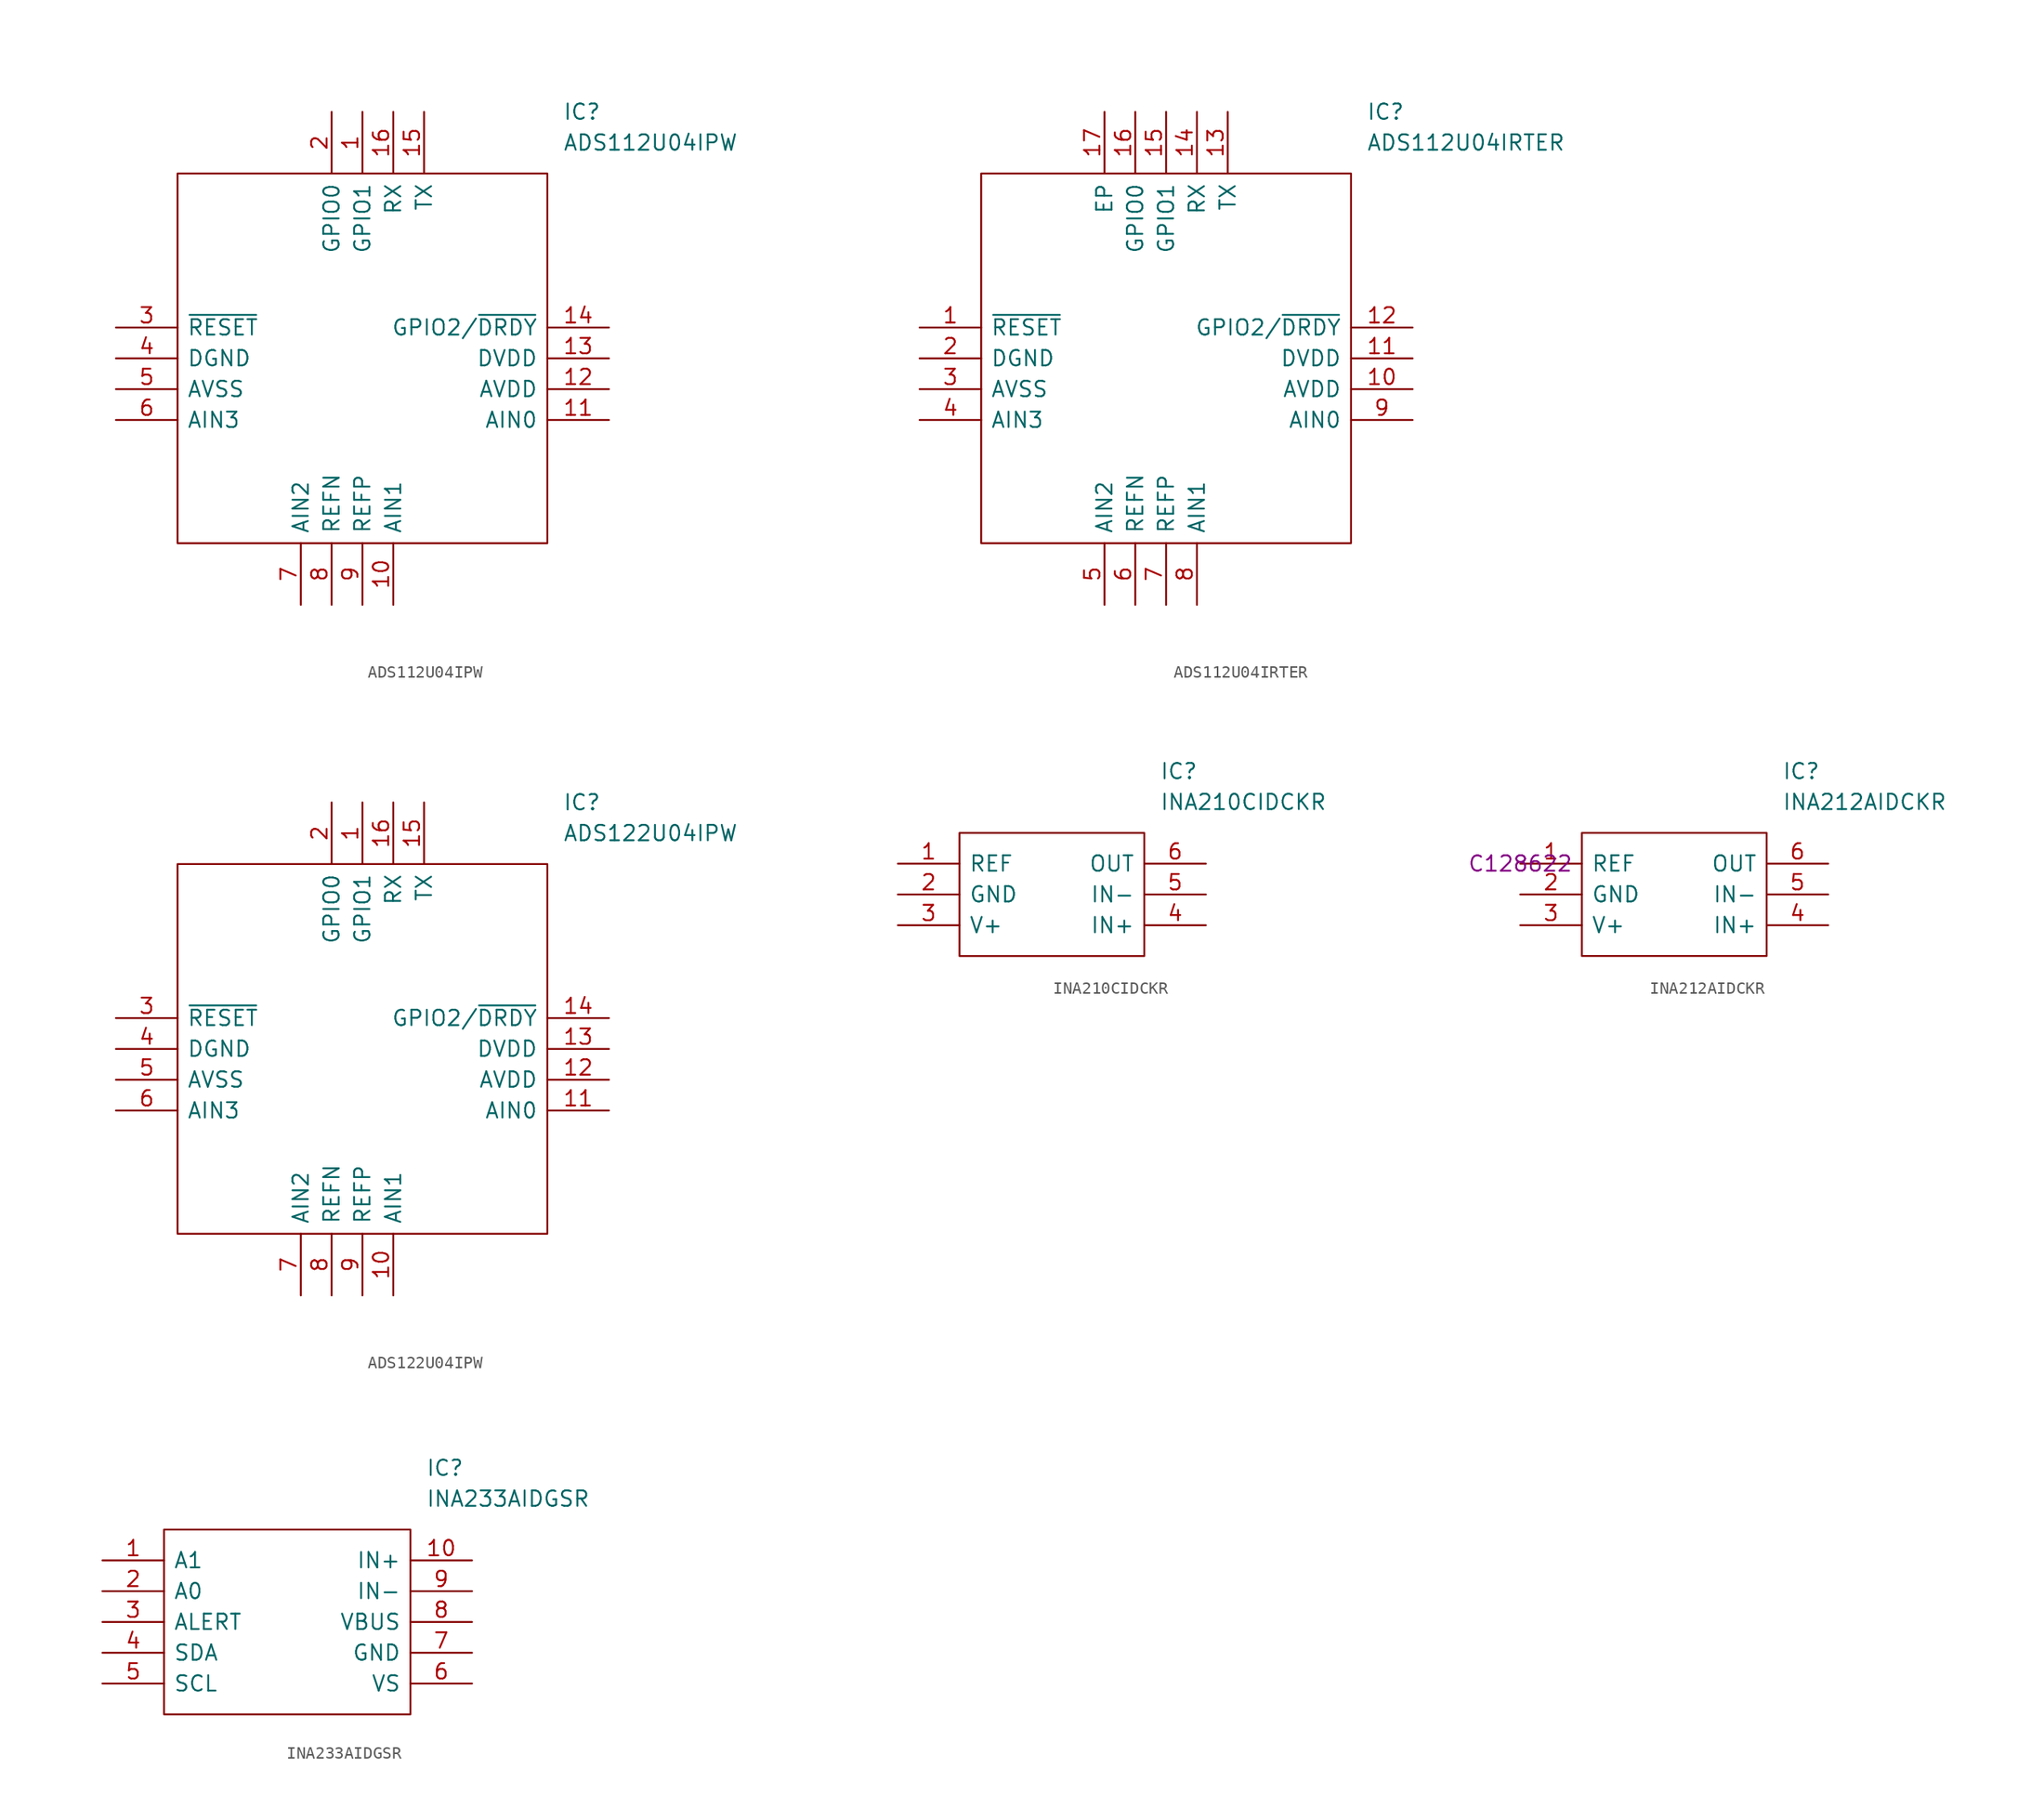
<source format=kicad_sym>
(kicad_symbol_lib
  (version 20241209)
  (generator "kicad_symbol_editor")
  (generator_version "9.0")
  (symbol "ADS112U04IPW"
    (pin_names
      (offset 0.762))
    (property "Reference" "IC"
      (at 36.83 17.78 0)
      (effects (font (size 1.27 1.27)) (justify left)))
    (property "Value" "ADS112U04IPW"
      (at 36.83 15.24 0)
      (effects (font (size 1.27 1.27)) (justify left)))
    (symbol "ADS112U04IPW_0_0"
      (pin passive line (at 0 0 0) (length 5.08) (name "~{RESET}" (effects (font (size 1.27 1.27)))) (number "3" (effects (font (size 1.27 1.27)))))
      (pin passive line (at 0 -2.54 0) (length 5.08) (name "DGND" (effects (font (size 1.27 1.27)))) (number "4" (effects (font (size 1.27 1.27)))))
      (pin passive line (at 0 -5.08 0) (length 5.08) (name "AVSS" (effects (font (size 1.27 1.27)))) (number "5" (effects (font (size 1.27 1.27)))))
      (pin passive line (at 0 -7.62 0) (length 5.08) (name "AIN3" (effects (font (size 1.27 1.27)))) (number "6" (effects (font (size 1.27 1.27)))))
      (pin passive line (at 15.24 -22.86 90) (length 5.08) (name "AIN2" (effects (font (size 1.27 1.27)))) (number "7" (effects (font (size 1.27 1.27)))))
      (pin passive line (at 17.78 17.78 270) (length 5.08) (name "GPIO0" (effects (font (size 1.27 1.27)))) (number "2" (effects (font (size 1.27 1.27)))))
      (pin passive line (at 17.78 -22.86 90) (length 5.08) (name "REFN" (effects (font (size 1.27 1.27)))) (number "8" (effects (font (size 1.27 1.27)))))
      (pin passive line (at 20.32 17.78 270) (length 5.08) (name "GPIO1" (effects (font (size 1.27 1.27)))) (number "1" (effects (font (size 1.27 1.27)))))
      (pin passive line (at 20.32 -22.86 90) (length 5.08) (name "REFP" (effects (font (size 1.27 1.27)))) (number "9" (effects (font (size 1.27 1.27)))))
      (pin passive line (at 22.86 17.78 270) (length 5.08) (name "RX" (effects (font (size 1.27 1.27)))) (number "16" (effects (font (size 1.27 1.27)))))
      (pin passive line (at 22.86 -22.86 90) (length 5.08) (name "AIN1" (effects (font (size 1.27 1.27)))) (number "10" (effects (font (size 1.27 1.27)))))
      (pin passive line (at 25.4 17.78 270) (length 5.08) (name "TX" (effects (font (size 1.27 1.27)))) (number "15" (effects (font (size 1.27 1.27)))))
      (pin passive line (at 40.64 0 180) (length 5.08) (name "GPIO2/~{DRDY}" (effects (font (size 1.27 1.27)))) (number "14" (effects (font (size 1.27 1.27)))))
      (pin passive line (at 40.64 -2.54 180) (length 5.08) (name "DVDD" (effects (font (size 1.27 1.27)))) (number "13" (effects (font (size 1.27 1.27)))))
      (pin passive line (at 40.64 -5.08 180) (length 5.08) (name "AVDD" (effects (font (size 1.27 1.27)))) (number "12" (effects (font (size 1.27 1.27)))))
      (pin passive line (at 40.64 -7.62 180) (length 5.08) (name "AIN0" (effects (font (size 1.27 1.27)))) (number "11" (effects (font (size 1.27 1.27))))))
    (symbol "ADS112U04IPW_0_1"
      (polyline (pts (xy 5.08 12.7) (xy 35.56 12.7) (xy 35.56 -17.78) (xy 5.08 -17.78) (xy 5.08 12.7)) (stroke (width 0.152) (type solid)) (fill (type none)))))
  (symbol "ADS112U04IRTER"
    (pin_names
      (offset 0.762))
    (property "Reference" "IC"
      (at 36.83 17.78 0)
      (effects (font (size 1.27 1.27)) (justify left)))
    (property "Value" "ADS112U04IRTER"
      (at 36.83 15.24 0)
      (effects (font (size 1.27 1.27)) (justify left)))
    (symbol "ADS112U04IRTER_0_0"
      (pin passive line (at 0 0 0) (length 5.08) (name "~{RESET}" (effects (font (size 1.27 1.27)))) (number "1" (effects (font (size 1.27 1.27)))))
      (pin passive line (at 0 -2.54 0) (length 5.08) (name "DGND" (effects (font (size 1.27 1.27)))) (number "2" (effects (font (size 1.27 1.27)))))
      (pin passive line (at 0 -5.08 0) (length 5.08) (name "AVSS" (effects (font (size 1.27 1.27)))) (number "3" (effects (font (size 1.27 1.27)))))
      (pin passive line (at 0 -7.62 0) (length 5.08) (name "AIN3" (effects (font (size 1.27 1.27)))) (number "4" (effects (font (size 1.27 1.27)))))
      (pin passive line (at 15.24 17.78 270) (length 5.08) (name "EP" (effects (font (size 1.27 1.27)))) (number "17" (effects (font (size 1.27 1.27)))))
      (pin passive line (at 15.24 -22.86 90) (length 5.08) (name "AIN2" (effects (font (size 1.27 1.27)))) (number "5" (effects (font (size 1.27 1.27)))))
      (pin passive line (at 17.78 17.78 270) (length 5.08) (name "GPIO0" (effects (font (size 1.27 1.27)))) (number "16" (effects (font (size 1.27 1.27)))))
      (pin passive line (at 17.78 -22.86 90) (length 5.08) (name "REFN" (effects (font (size 1.27 1.27)))) (number "6" (effects (font (size 1.27 1.27)))))
      (pin passive line (at 20.32 17.78 270) (length 5.08) (name "GPIO1" (effects (font (size 1.27 1.27)))) (number "15" (effects (font (size 1.27 1.27)))))
      (pin passive line (at 20.32 -22.86 90) (length 5.08) (name "REFP" (effects (font (size 1.27 1.27)))) (number "7" (effects (font (size 1.27 1.27)))))
      (pin passive line (at 22.86 17.78 270) (length 5.08) (name "RX" (effects (font (size 1.27 1.27)))) (number "14" (effects (font (size 1.27 1.27)))))
      (pin passive line (at 22.86 -22.86 90) (length 5.08) (name "AIN1" (effects (font (size 1.27 1.27)))) (number "8" (effects (font (size 1.27 1.27)))))
      (pin passive line (at 25.4 17.78 270) (length 5.08) (name "TX" (effects (font (size 1.27 1.27)))) (number "13" (effects (font (size 1.27 1.27)))))
      (pin passive line (at 40.64 0 180) (length 5.08) (name "GPIO2/~{DRDY}" (effects (font (size 1.27 1.27)))) (number "12" (effects (font (size 1.27 1.27)))))
      (pin passive line (at 40.64 -2.54 180) (length 5.08) (name "DVDD" (effects (font (size 1.27 1.27)))) (number "11" (effects (font (size 1.27 1.27)))))
      (pin passive line (at 40.64 -5.08 180) (length 5.08) (name "AVDD" (effects (font (size 1.27 1.27)))) (number "10" (effects (font (size 1.27 1.27)))))
      (pin passive line (at 40.64 -7.62 180) (length 5.08) (name "AIN0" (effects (font (size 1.27 1.27)))) (number "9" (effects (font (size 1.27 1.27))))))
    (symbol "ADS112U04IRTER_0_1"
      (polyline (pts (xy 5.08 12.7) (xy 35.56 12.7) (xy 35.56 -17.78) (xy 5.08 -17.78) (xy 5.08 12.7)) (stroke (width 0.152) (type solid)) (fill (type none)))))
  (symbol "ADS122U04IPW"
    (pin_names
      (offset 0.762))
    (property "Reference" "IC"
      (at 36.83 17.78 0)
      (effects (font (size 1.27 1.27)) (justify left)))
    (property "Value" "ADS122U04IPW"
      (at 36.83 15.24 0)
      (effects (font (size 1.27 1.27)) (justify left)))
    (symbol "ADS122U04IPW_0_0"
      (pin passive line (at 0 0 0) (length 5.08) (name "~{RESET}" (effects (font (size 1.27 1.27)))) (number "3" (effects (font (size 1.27 1.27)))))
      (pin passive line (at 0 -2.54 0) (length 5.08) (name "DGND" (effects (font (size 1.27 1.27)))) (number "4" (effects (font (size 1.27 1.27)))))
      (pin passive line (at 0 -5.08 0) (length 5.08) (name "AVSS" (effects (font (size 1.27 1.27)))) (number "5" (effects (font (size 1.27 1.27)))))
      (pin passive line (at 0 -7.62 0) (length 5.08) (name "AIN3" (effects (font (size 1.27 1.27)))) (number "6" (effects (font (size 1.27 1.27)))))
      (pin passive line (at 15.24 -22.86 90) (length 5.08) (name "AIN2" (effects (font (size 1.27 1.27)))) (number "7" (effects (font (size 1.27 1.27)))))
      (pin passive line (at 17.78 17.78 270) (length 5.08) (name "GPIO0" (effects (font (size 1.27 1.27)))) (number "2" (effects (font (size 1.27 1.27)))))
      (pin passive line (at 17.78 -22.86 90) (length 5.08) (name "REFN" (effects (font (size 1.27 1.27)))) (number "8" (effects (font (size 1.27 1.27)))))
      (pin passive line (at 20.32 17.78 270) (length 5.08) (name "GPIO1" (effects (font (size 1.27 1.27)))) (number "1" (effects (font (size 1.27 1.27)))))
      (pin passive line (at 20.32 -22.86 90) (length 5.08) (name "REFP" (effects (font (size 1.27 1.27)))) (number "9" (effects (font (size 1.27 1.27)))))
      (pin passive line (at 22.86 17.78 270) (length 5.08) (name "RX" (effects (font (size 1.27 1.27)))) (number "16" (effects (font (size 1.27 1.27)))))
      (pin passive line (at 22.86 -22.86 90) (length 5.08) (name "AIN1" (effects (font (size 1.27 1.27)))) (number "10" (effects (font (size 1.27 1.27)))))
      (pin passive line (at 25.4 17.78 270) (length 5.08) (name "TX" (effects (font (size 1.27 1.27)))) (number "15" (effects (font (size 1.27 1.27)))))
      (pin passive line (at 40.64 0 180) (length 5.08) (name "GPIO2/~{DRDY}" (effects (font (size 1.27 1.27)))) (number "14" (effects (font (size 1.27 1.27)))))
      (pin passive line (at 40.64 -2.54 180) (length 5.08) (name "DVDD" (effects (font (size 1.27 1.27)))) (number "13" (effects (font (size 1.27 1.27)))))
      (pin passive line (at 40.64 -5.08 180) (length 5.08) (name "AVDD" (effects (font (size 1.27 1.27)))) (number "12" (effects (font (size 1.27 1.27)))))
      (pin passive line (at 40.64 -7.62 180) (length 5.08) (name "AIN0" (effects (font (size 1.27 1.27)))) (number "11" (effects (font (size 1.27 1.27))))))
    (symbol "ADS122U04IPW_0_1"
      (polyline (pts (xy 5.08 12.7) (xy 35.56 12.7) (xy 35.56 -17.78) (xy 5.08 -17.78) (xy 5.08 12.7)) (stroke (width 0.152) (type solid)) (fill (type none)))))
  (symbol "INA210CIDCKR"
    (pin_names
      (offset 0.762))
    (property "Reference" "IC"
      (at 21.59 7.62 0)
      (effects (font (size 1.27 1.27)) (justify left)))
    (property "Value" "INA210CIDCKR"
      (at 21.59 5.08 0)
      (effects (font (size 1.27 1.27)) (justify left)))
    (symbol "INA210CIDCKR_0_0"
      (pin passive line (at 0 0 0) (length 5.08) (name "REF" (effects (font (size 1.27 1.27)))) (number "1" (effects (font (size 1.27 1.27)))))
      (pin passive line (at 0 -2.54 0) (length 5.08) (name "GND" (effects (font (size 1.27 1.27)))) (number "2" (effects (font (size 1.27 1.27)))))
      (pin passive line (at 0 -5.08 0) (length 5.08) (name "V+" (effects (font (size 1.27 1.27)))) (number "3" (effects (font (size 1.27 1.27)))))
      (pin passive line (at 25.4 0 180) (length 5.08) (name "OUT" (effects (font (size 1.27 1.27)))) (number "6" (effects (font (size 1.27 1.27)))))
      (pin passive line (at 25.4 -2.54 180) (length 5.08) (name "IN-" (effects (font (size 1.27 1.27)))) (number "5" (effects (font (size 1.27 1.27)))))
      (pin passive line (at 25.4 -5.08 180) (length 5.08) (name "IN+" (effects (font (size 1.27 1.27)))) (number "4" (effects (font (size 1.27 1.27))))))
    (symbol "INA210CIDCKR_0_1"
      (polyline (pts (xy 5.08 2.54) (xy 20.32 2.54) (xy 20.32 -7.62) (xy 5.08 -7.62) (xy 5.08 2.54)) (stroke (width 0.152) (type solid)) (fill (type none)))))
  (symbol "INA212AIDCKR"
    (pin_names
      (offset 0.762))
    (property "Reference" "IC"
      (at 21.59 7.62 0)
      (effects (font (size 1.27 1.27)) (justify left)))
    (property "Value" "INA212AIDCKR"
      (at 21.59 5.08 0)
      (effects (font (size 1.27 1.27)) (justify left)))
    (property "LCSC" "C128622"
      (at 0 0 0)
      (effects (font (size 1.27 1.27))))
    (symbol "INA212AIDCKR_0_0"
      (pin passive line (at 0 0 0) (length 5.08) (name "REF" (effects (font (size 1.27 1.27)))) (number "1" (effects (font (size 1.27 1.27)))))
      (pin passive line (at 0 -2.54 0) (length 5.08) (name "GND" (effects (font (size 1.27 1.27)))) (number "2" (effects (font (size 1.27 1.27)))))
      (pin passive line (at 0 -5.08 0) (length 5.08) (name "V+" (effects (font (size 1.27 1.27)))) (number "3" (effects (font (size 1.27 1.27)))))
      (pin passive line (at 25.4 0 180) (length 5.08) (name "OUT" (effects (font (size 1.27 1.27)))) (number "6" (effects (font (size 1.27 1.27)))))
      (pin passive line (at 25.4 -2.54 180) (length 5.08) (name "IN-" (effects (font (size 1.27 1.27)))) (number "5" (effects (font (size 1.27 1.27)))))
      (pin passive line (at 25.4 -5.08 180) (length 5.08) (name "IN+" (effects (font (size 1.27 1.27)))) (number "4" (effects (font (size 1.27 1.27))))))
    (symbol "INA212AIDCKR_0_1"
      (polyline (pts (xy 5.08 2.54) (xy 20.32 2.54) (xy 20.32 -7.62) (xy 5.08 -7.62) (xy 5.08 2.54)) (stroke (width 0.152) (type solid)) (fill (type none)))))
  (symbol "INA233AIDGSR"
    (pin_names
      (offset 0.762))
    (property "Reference" "IC"
      (at 26.67 7.62 0)
      (effects (font (size 1.27 1.27)) (justify left)))
    (property "Value" "INA233AIDGSR"
      (at 26.67 5.08 0)
      (effects (font (size 1.27 1.27)) (justify left)))
    (symbol "INA233AIDGSR_0_0"
      (pin passive line (at 0 0 0) (length 5.08) (name "A1" (effects (font (size 1.27 1.27)))) (number "1" (effects (font (size 1.27 1.27)))))
      (pin passive line (at 0 -2.54 0) (length 5.08) (name "A0" (effects (font (size 1.27 1.27)))) (number "2" (effects (font (size 1.27 1.27)))))
      (pin passive line (at 0 -5.08 0) (length 5.08) (name "ALERT" (effects (font (size 1.27 1.27)))) (number "3" (effects (font (size 1.27 1.27)))))
      (pin passive line (at 0 -7.62 0) (length 5.08) (name "SDA" (effects (font (size 1.27 1.27)))) (number "4" (effects (font (size 1.27 1.27)))))
      (pin passive line (at 0 -10.16 0) (length 5.08) (name "SCL" (effects (font (size 1.27 1.27)))) (number "5" (effects (font (size 1.27 1.27)))))
      (pin passive line (at 30.48 0 180) (length 5.08) (name "IN+" (effects (font (size 1.27 1.27)))) (number "10" (effects (font (size 1.27 1.27)))))
      (pin passive line (at 30.48 -2.54 180) (length 5.08) (name "IN-" (effects (font (size 1.27 1.27)))) (number "9" (effects (font (size 1.27 1.27)))))
      (pin passive line (at 30.48 -5.08 180) (length 5.08) (name "VBUS" (effects (font (size 1.27 1.27)))) (number "8" (effects (font (size 1.27 1.27)))))
      (pin passive line (at 30.48 -7.62 180) (length 5.08) (name "GND" (effects (font (size 1.27 1.27)))) (number "7" (effects (font (size 1.27 1.27)))))
      (pin passive line (at 30.48 -10.16 180) (length 5.08) (name "VS" (effects (font (size 1.27 1.27)))) (number "6" (effects (font (size 1.27 1.27))))))
    (symbol "INA233AIDGSR_0_1"
      (polyline (pts (xy 5.08 2.54) (xy 25.4 2.54) (xy 25.4 -12.7) (xy 5.08 -12.7) (xy 5.08 2.54)) (stroke (width 0.152) (type solid)) (fill (type none))))))
</source>
